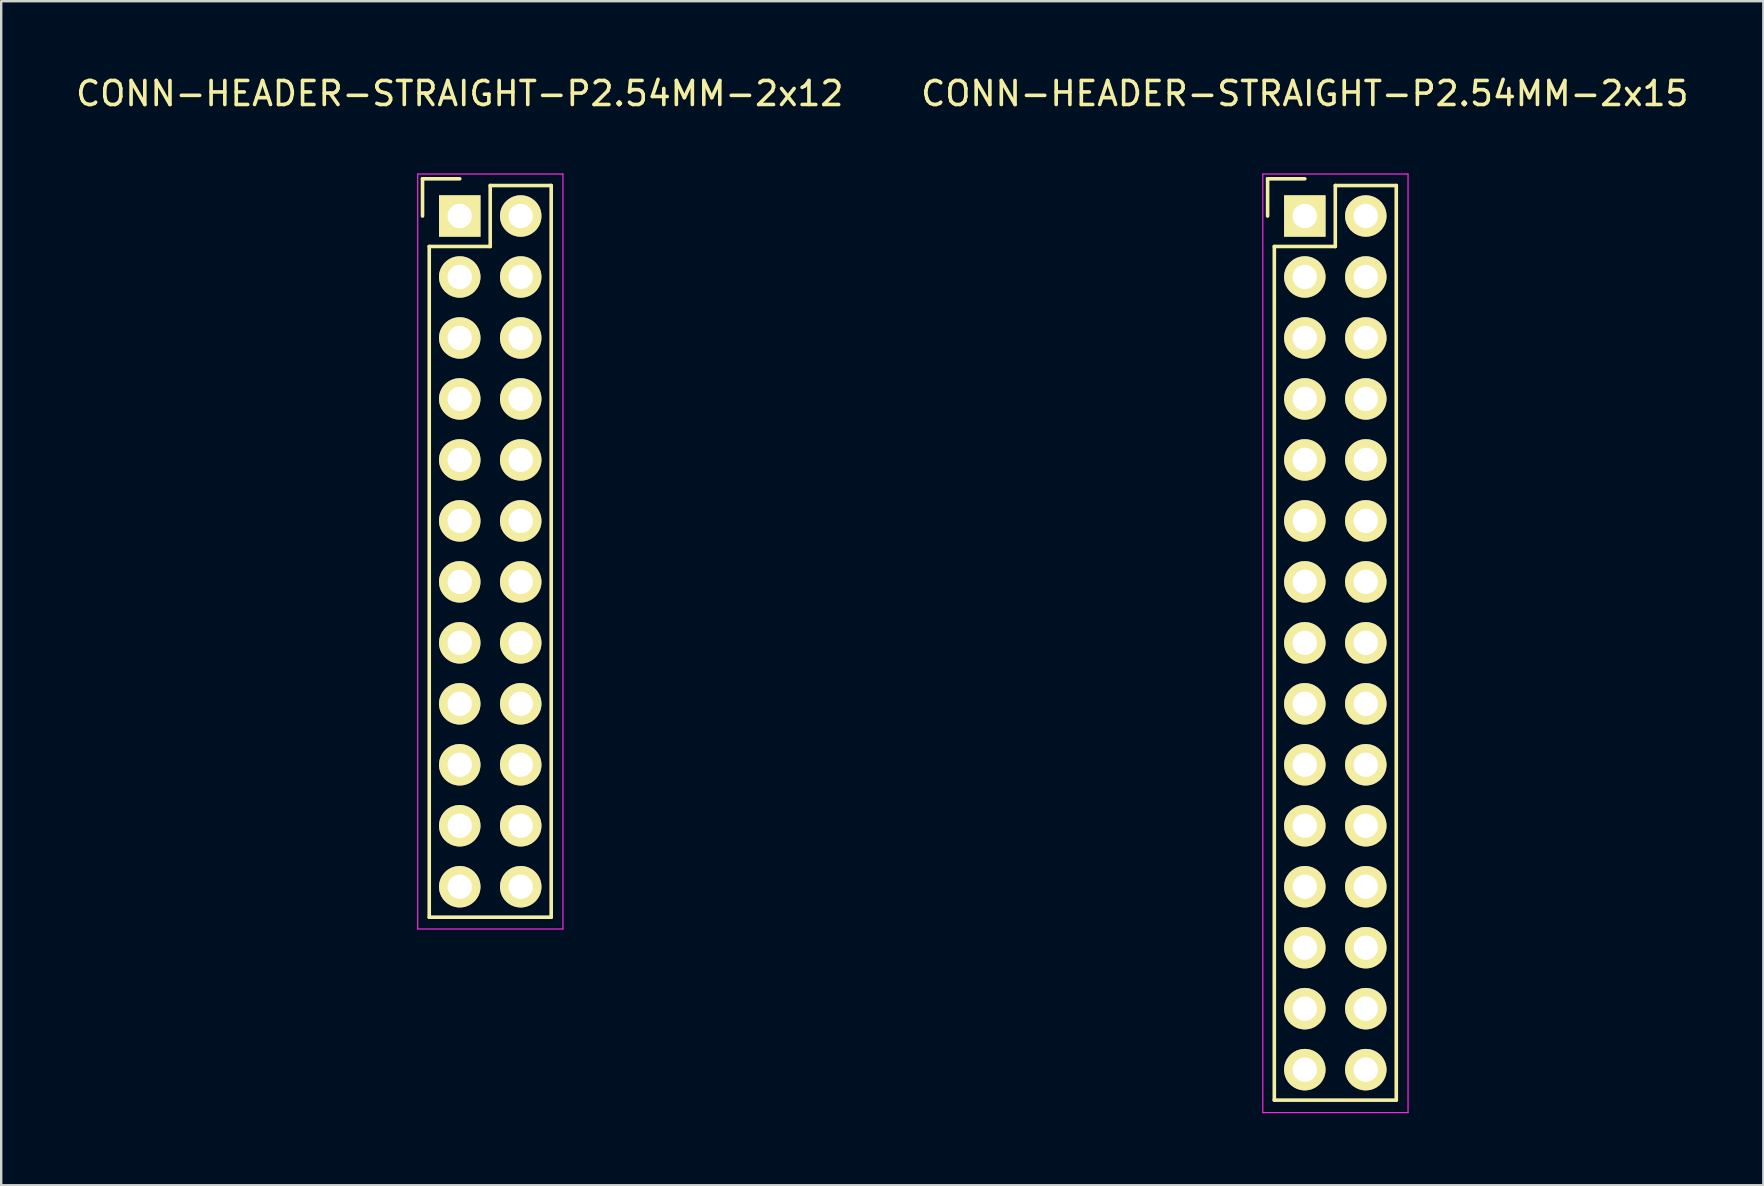
<source format=kicad_pcb>
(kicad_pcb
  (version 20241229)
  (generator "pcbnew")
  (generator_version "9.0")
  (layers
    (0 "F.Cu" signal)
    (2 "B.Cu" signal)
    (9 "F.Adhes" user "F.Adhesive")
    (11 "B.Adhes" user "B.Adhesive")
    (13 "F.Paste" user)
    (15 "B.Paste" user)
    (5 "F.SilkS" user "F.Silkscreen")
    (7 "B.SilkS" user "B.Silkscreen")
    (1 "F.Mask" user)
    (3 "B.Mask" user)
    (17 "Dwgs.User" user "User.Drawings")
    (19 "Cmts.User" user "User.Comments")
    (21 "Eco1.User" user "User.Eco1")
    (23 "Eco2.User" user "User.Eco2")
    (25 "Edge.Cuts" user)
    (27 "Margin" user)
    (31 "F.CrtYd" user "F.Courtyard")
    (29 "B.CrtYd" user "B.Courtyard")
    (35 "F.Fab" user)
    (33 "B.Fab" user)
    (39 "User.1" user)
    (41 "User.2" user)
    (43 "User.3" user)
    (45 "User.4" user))
  (footprint "CONN-HEADER-STRAIGHT-P2.54MM-2x12"
    (layer "F.Cu")
    (at 16.101 5.948)
    (property "Reference" "CONN-HEADER-STRAIGHT-P2.54MM-2x12" (at 0 -5.1 0) (layer "F.SilkS") (effects (font (size 1 1) (thickness 0.15))))
    (attr through_hole)
    (fp_line (start -1.55 -1.55) (end -1.55 0) (stroke (width 0.15) (type solid)) (layer "F.SilkS"))
    (fp_line (start -1.27 1.27) (end -1.27 29.21) (stroke (width 0.15) (type solid)) (layer "F.SilkS"))
    (fp_line (start 0 -1.55) (end -1.55 -1.55) (stroke (width 0.15) (type solid)) (layer "F.SilkS"))
    (fp_line (start 1.27 -1.27) (end 1.27 1.27) (stroke (width 0.15) (type solid)) (layer "F.SilkS"))
    (fp_line (start 1.27 1.27) (end -1.27 1.27) (stroke (width 0.15) (type solid)) (layer "F.SilkS"))
    (fp_line (start 3.81 -1.27) (end 1.27 -1.27) (stroke (width 0.15) (type solid)) (layer "F.SilkS"))
    (fp_line (start 3.81 29.21) (end -1.27 29.21) (stroke (width 0.15) (type solid)) (layer "F.SilkS"))
    (fp_line (start 3.81 29.21) (end 3.81 -1.27) (stroke (width 0.15) (type solid)) (layer "F.SilkS"))
    (fp_line (start -1.75 -1.75) (end -1.75 29.7) (stroke (width 0.05) (type solid)) (layer "F.CrtYd"))
    (fp_line (start -1.75 -1.75) (end 4.3 -1.75) (stroke (width 0.05) (type solid)) (layer "F.CrtYd"))
    (fp_line (start -1.75 29.7) (end 4.3 29.7) (stroke (width 0.05) (type solid)) (layer "F.CrtYd"))
    (fp_line (start 4.3 -1.75) (end 4.3 29.7) (stroke (width 0.05) (type solid)) (layer "F.CrtYd"))
    (pad "1" thru_hole rect (at 0 0) (size 1.727 1.727) (drill 1.016) (layers "*.Cu" "*.Mask" "F.SilkS"))
    (pad "2" thru_hole oval (at 2.54 0) (size 1.727 1.727) (drill 1.016) (layers "*.Cu" "*.Mask" "F.SilkS"))
    (pad "3" thru_hole oval (at 0 2.54) (size 1.727 1.727) (drill 1.016) (layers "*.Cu" "*.Mask" "F.SilkS"))
    (pad "4" thru_hole oval (at 2.54 2.54) (size 1.727 1.727) (drill 1.016) (layers "*.Cu" "*.Mask" "F.SilkS"))
    (pad "5" thru_hole oval (at 0 5.08) (size 1.727 1.727) (drill 1.016) (layers "*.Cu" "*.Mask" "F.SilkS"))
    (pad "6" thru_hole oval (at 2.54 5.08) (size 1.727 1.727) (drill 1.016) (layers "*.Cu" "*.Mask" "F.SilkS"))
    (pad "7" thru_hole oval (at 0 7.62) (size 1.727 1.727) (drill 1.016) (layers "*.Cu" "*.Mask" "F.SilkS"))
    (pad "8" thru_hole oval (at 2.54 7.62) (size 1.727 1.727) (drill 1.016) (layers "*.Cu" "*.Mask" "F.SilkS"))
    (pad "9" thru_hole oval (at 0 10.16) (size 1.727 1.727) (drill 1.016) (layers "*.Cu" "*.Mask" "F.SilkS"))
    (pad "10" thru_hole oval (at 2.54 10.16) (size 1.727 1.727) (drill 1.016) (layers "*.Cu" "*.Mask" "F.SilkS"))
    (pad "11" thru_hole oval (at 0 12.7) (size 1.727 1.727) (drill 1.016) (layers "*.Cu" "*.Mask" "F.SilkS"))
    (pad "12" thru_hole oval (at 2.54 12.7) (size 1.727 1.727) (drill 1.016) (layers "*.Cu" "*.Mask" "F.SilkS"))
    (pad "13" thru_hole oval (at 0 15.24) (size 1.727 1.727) (drill 1.016) (layers "*.Cu" "*.Mask" "F.SilkS"))
    (pad "14" thru_hole oval (at 2.54 15.24) (size 1.727 1.727) (drill 1.016) (layers "*.Cu" "*.Mask" "F.SilkS"))
    (pad "15" thru_hole oval (at 0 17.78) (size 1.727 1.727) (drill 1.016) (layers "*.Cu" "*.Mask" "F.SilkS"))
    (pad "16" thru_hole oval (at 2.54 17.78) (size 1.727 1.727) (drill 1.016) (layers "*.Cu" "*.Mask" "F.SilkS"))
    (pad "17" thru_hole oval (at 0 20.32) (size 1.727 1.727) (drill 1.016) (layers "*.Cu" "*.Mask" "F.SilkS"))
    (pad "18" thru_hole oval (at 2.54 20.32) (size 1.727 1.727) (drill 1.016) (layers "*.Cu" "*.Mask" "F.SilkS"))
    (pad "19" thru_hole oval (at 0 22.86) (size 1.727 1.727) (drill 1.016) (layers "*.Cu" "*.Mask" "F.SilkS"))
    (pad "20" thru_hole oval (at 2.54 22.86) (size 1.727 1.727) (drill 1.016) (layers "*.Cu" "*.Mask" "F.SilkS"))
    (pad "21" thru_hole oval (at 0 25.4) (size 1.727 1.727) (drill 1.016) (layers "*.Cu" "*.Mask" "F.SilkS"))
    (pad "22" thru_hole oval (at 2.54 25.4) (size 1.727 1.727) (drill 1.016) (layers "*.Cu" "*.Mask" "F.SilkS"))
    (pad "23" thru_hole oval (at 0 27.94) (size 1.727 1.727) (drill 1.016) (layers "*.Cu" "*.Mask" "F.SilkS"))
    (pad "24" thru_hole oval (at 2.54 27.94) (size 1.727 1.727) (drill 1.016) (layers "*.Cu" "*.Mask" "F.SilkS")))
  (footprint "CONN-HEADER-STRAIGHT-P2.54MM-2x15"
    (layer "F.Cu")
    (at 51.304 5.948)
    (property "Reference" "CONN-HEADER-STRAIGHT-P2.54MM-2x15" (at 0 -5.1 0) (layer "F.SilkS") (effects (font (size 1 1) (thickness 0.15))))
    (attr through_hole)
    (fp_line (start -1.55 -1.55) (end -1.55 0) (stroke (width 0.15) (type solid)) (layer "F.SilkS"))
    (fp_line (start -1.27 1.27) (end -1.27 36.83) (stroke (width 0.15) (type solid)) (layer "F.SilkS"))
    (fp_line (start 0 -1.55) (end -1.55 -1.55) (stroke (width 0.15) (type solid)) (layer "F.SilkS"))
    (fp_line (start 1.27 -1.27) (end 1.27 1.27) (stroke (width 0.15) (type solid)) (layer "F.SilkS"))
    (fp_line (start 1.27 1.27) (end -1.27 1.27) (stroke (width 0.15) (type solid)) (layer "F.SilkS"))
    (fp_line (start 3.81 -1.27) (end 1.27 -1.27) (stroke (width 0.15) (type solid)) (layer "F.SilkS"))
    (fp_line (start 3.81 36.83) (end -1.27 36.83) (stroke (width 0.15) (type solid)) (layer "F.SilkS"))
    (fp_line (start 3.81 36.83) (end 3.81 -1.27) (stroke (width 0.15) (type solid)) (layer "F.SilkS"))
    (fp_line (start -1.75 -1.75) (end -1.75 37.35) (stroke (width 0.05) (type solid)) (layer "F.CrtYd"))
    (fp_line (start -1.75 -1.75) (end 4.3 -1.75) (stroke (width 0.05) (type solid)) (layer "F.CrtYd"))
    (fp_line (start -1.75 37.35) (end 4.3 37.35) (stroke (width 0.05) (type solid)) (layer "F.CrtYd"))
    (fp_line (start 4.3 -1.75) (end 4.3 37.35) (stroke (width 0.05) (type solid)) (layer "F.CrtYd"))
    (pad "1" thru_hole rect (at 0 0) (size 1.727 1.727) (drill 1.016) (layers "*.Cu" "*.Mask" "F.SilkS"))
    (pad "2" thru_hole oval (at 2.54 0) (size 1.727 1.727) (drill 1.016) (layers "*.Cu" "*.Mask" "F.SilkS"))
    (pad "3" thru_hole oval (at 0 2.54) (size 1.727 1.727) (drill 1.016) (layers "*.Cu" "*.Mask" "F.SilkS"))
    (pad "4" thru_hole oval (at 2.54 2.54) (size 1.727 1.727) (drill 1.016) (layers "*.Cu" "*.Mask" "F.SilkS"))
    (pad "5" thru_hole oval (at 0 5.08) (size 1.727 1.727) (drill 1.016) (layers "*.Cu" "*.Mask" "F.SilkS"))
    (pad "6" thru_hole oval (at 2.54 5.08) (size 1.727 1.727) (drill 1.016) (layers "*.Cu" "*.Mask" "F.SilkS"))
    (pad "7" thru_hole oval (at 0 7.62) (size 1.727 1.727) (drill 1.016) (layers "*.Cu" "*.Mask" "F.SilkS"))
    (pad "8" thru_hole oval (at 2.54 7.62) (size 1.727 1.727) (drill 1.016) (layers "*.Cu" "*.Mask" "F.SilkS"))
    (pad "9" thru_hole oval (at 0 10.16) (size 1.727 1.727) (drill 1.016) (layers "*.Cu" "*.Mask" "F.SilkS"))
    (pad "10" thru_hole oval (at 2.54 10.16) (size 1.727 1.727) (drill 1.016) (layers "*.Cu" "*.Mask" "F.SilkS"))
    (pad "11" thru_hole oval (at 0 12.7) (size 1.727 1.727) (drill 1.016) (layers "*.Cu" "*.Mask" "F.SilkS"))
    (pad "12" thru_hole oval (at 2.54 12.7) (size 1.727 1.727) (drill 1.016) (layers "*.Cu" "*.Mask" "F.SilkS"))
    (pad "13" thru_hole oval (at 0 15.24) (size 1.727 1.727) (drill 1.016) (layers "*.Cu" "*.Mask" "F.SilkS"))
    (pad "14" thru_hole oval (at 2.54 15.24) (size 1.727 1.727) (drill 1.016) (layers "*.Cu" "*.Mask" "F.SilkS"))
    (pad "15" thru_hole oval (at 0 17.78) (size 1.727 1.727) (drill 1.016) (layers "*.Cu" "*.Mask" "F.SilkS"))
    (pad "16" thru_hole oval (at 2.54 17.78) (size 1.727 1.727) (drill 1.016) (layers "*.Cu" "*.Mask" "F.SilkS"))
    (pad "17" thru_hole oval (at 0 20.32) (size 1.727 1.727) (drill 1.016) (layers "*.Cu" "*.Mask" "F.SilkS"))
    (pad "18" thru_hole oval (at 2.54 20.32) (size 1.727 1.727) (drill 1.016) (layers "*.Cu" "*.Mask" "F.SilkS"))
    (pad "19" thru_hole oval (at 0 22.86) (size 1.727 1.727) (drill 1.016) (layers "*.Cu" "*.Mask" "F.SilkS"))
    (pad "20" thru_hole oval (at 2.54 22.86) (size 1.727 1.727) (drill 1.016) (layers "*.Cu" "*.Mask" "F.SilkS"))
    (pad "21" thru_hole oval (at 0 25.4) (size 1.727 1.727) (drill 1.016) (layers "*.Cu" "*.Mask" "F.SilkS"))
    (pad "22" thru_hole oval (at 2.54 25.4) (size 1.727 1.727) (drill 1.016) (layers "*.Cu" "*.Mask" "F.SilkS"))
    (pad "23" thru_hole oval (at 0 27.94) (size 1.727 1.727) (drill 1.016) (layers "*.Cu" "*.Mask" "F.SilkS"))
    (pad "24" thru_hole oval (at 2.54 27.94) (size 1.727 1.727) (drill 1.016) (layers "*.Cu" "*.Mask" "F.SilkS"))
    (pad "25" thru_hole oval (at 0 30.48) (size 1.727 1.727) (drill 1.016) (layers "*.Cu" "*.Mask" "F.SilkS"))
    (pad "26" thru_hole oval (at 2.54 30.48) (size 1.727 1.727) (drill 1.016) (layers "*.Cu" "*.Mask" "F.SilkS"))
    (pad "27" thru_hole oval (at 0 33.02) (size 1.727 1.727) (drill 1.016) (layers "*.Cu" "*.Mask" "F.SilkS"))
    (pad "28" thru_hole oval (at 2.54 33.02) (size 1.727 1.727) (drill 1.016) (layers "*.Cu" "*.Mask" "F.SilkS"))
    (pad "29" thru_hole oval (at 0 35.56) (size 1.727 1.727) (drill 1.016) (layers "*.Cu" "*.Mask" "F.SilkS"))
    (pad "30" thru_hole oval (at 2.54 35.56) (size 1.727 1.727) (drill 1.016) (layers "*.Cu" "*.Mask" "F.SilkS")))
  (gr_rect
    (start -3 -3)
    (end 70.405 46.323)
    (stroke (width 0.1) (type default))
    (fill no)
    (layer "Edge.Cuts")))
</source>
